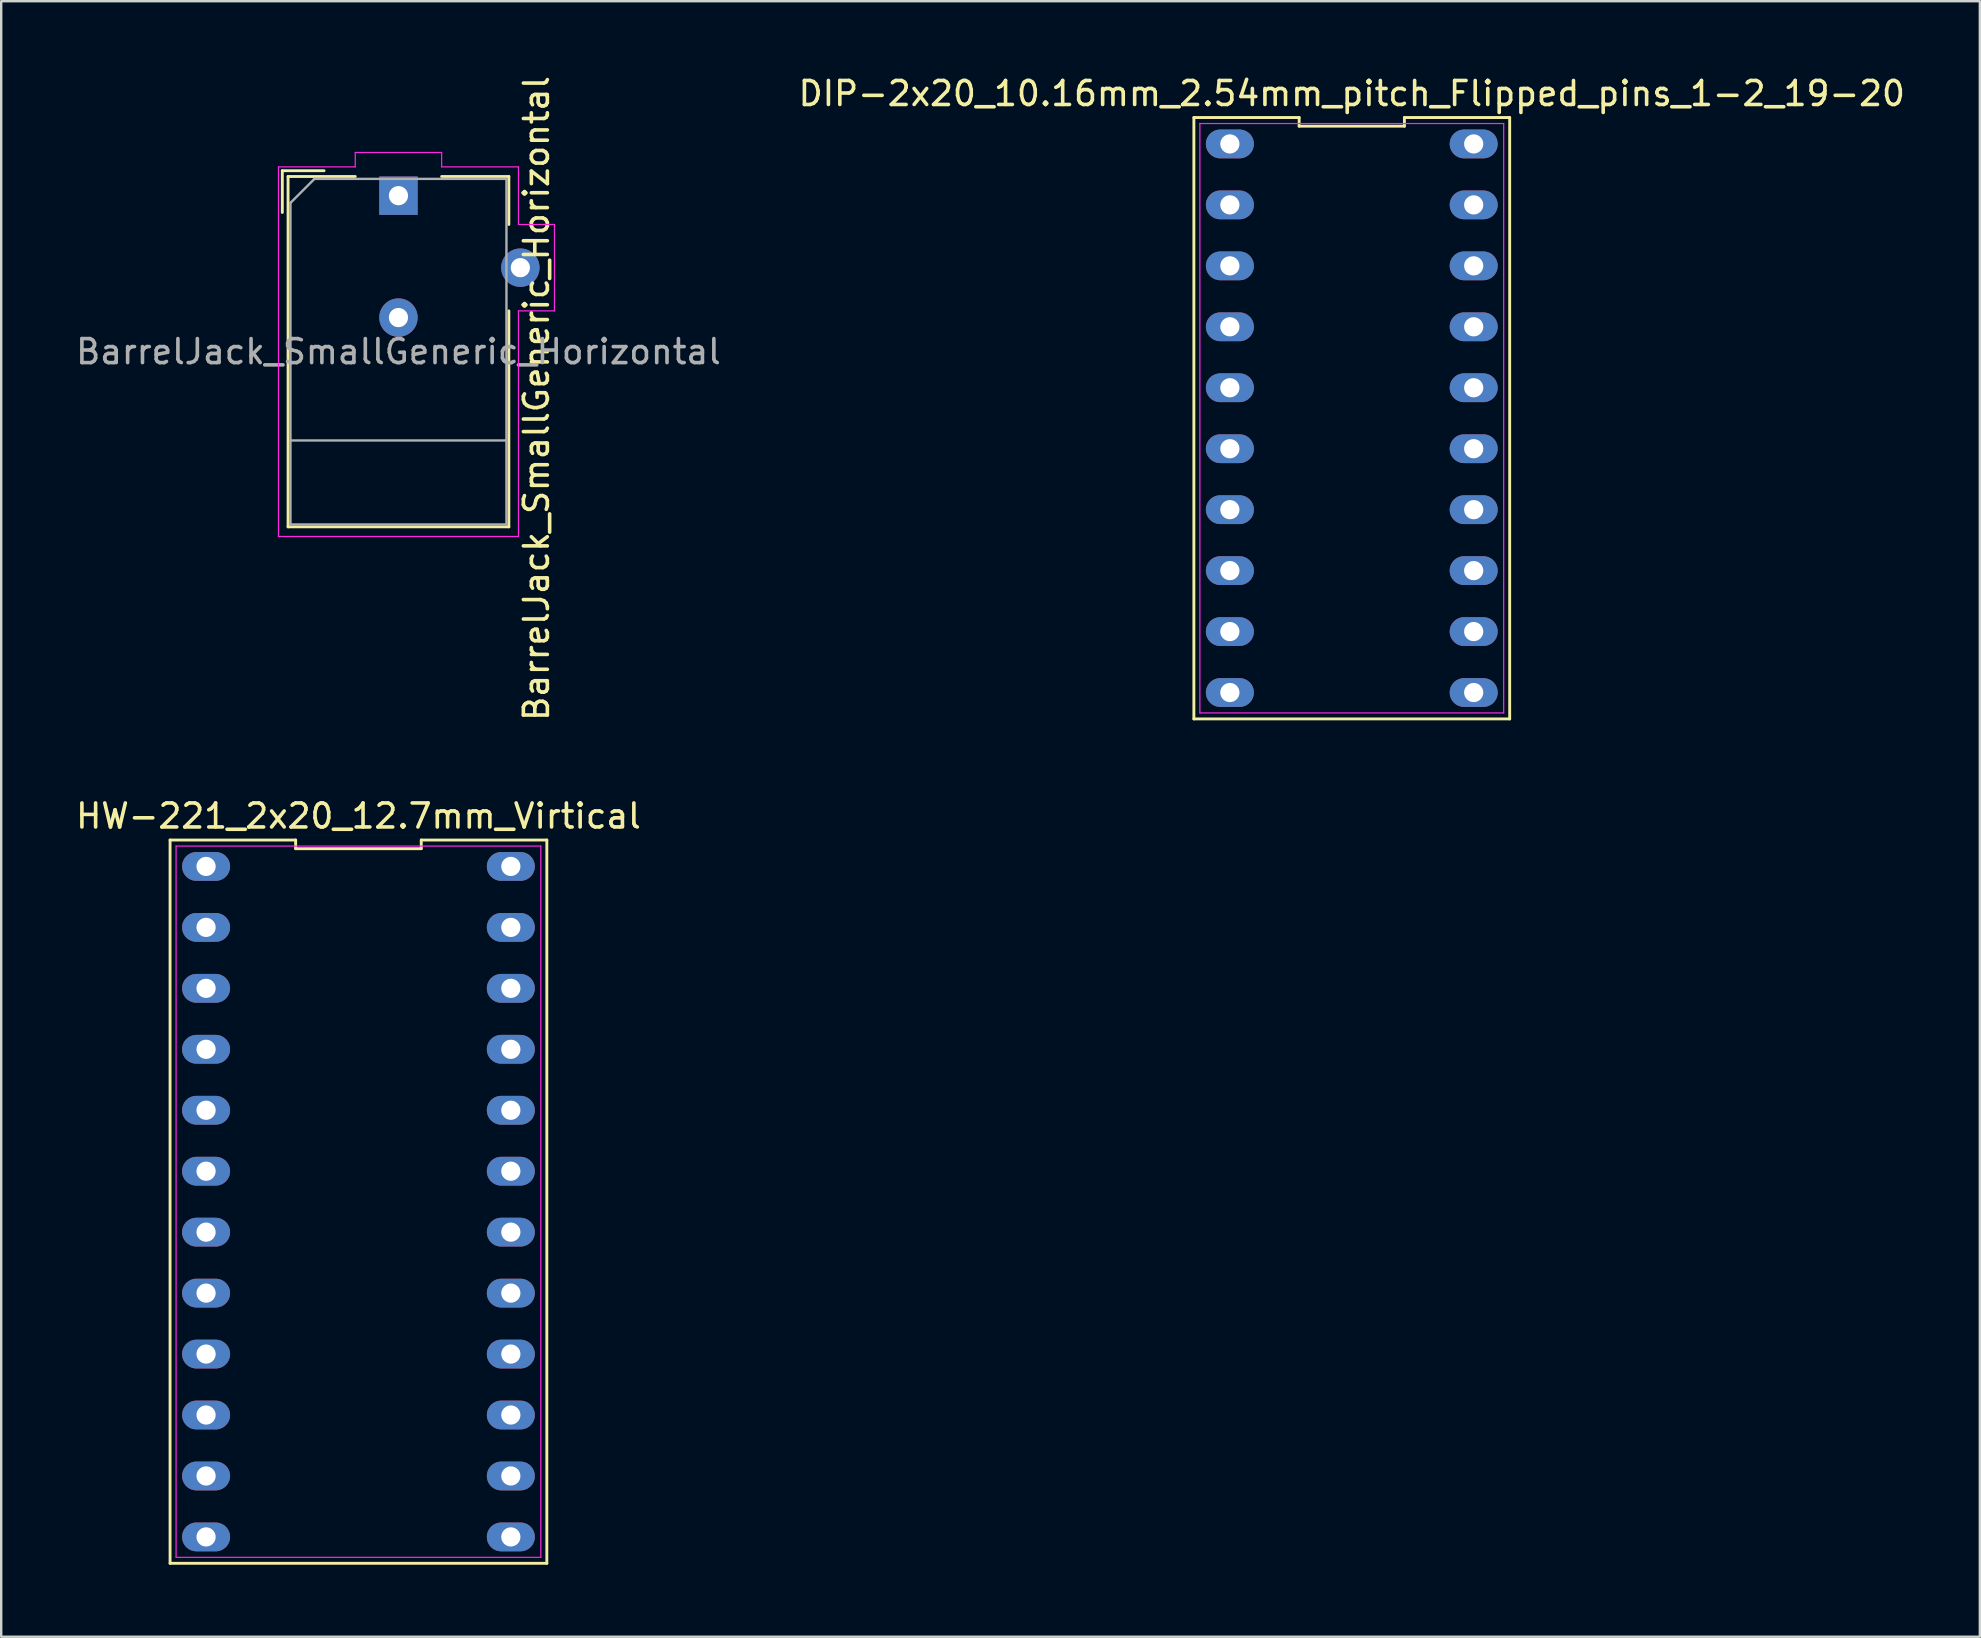
<source format=kicad_pcb>
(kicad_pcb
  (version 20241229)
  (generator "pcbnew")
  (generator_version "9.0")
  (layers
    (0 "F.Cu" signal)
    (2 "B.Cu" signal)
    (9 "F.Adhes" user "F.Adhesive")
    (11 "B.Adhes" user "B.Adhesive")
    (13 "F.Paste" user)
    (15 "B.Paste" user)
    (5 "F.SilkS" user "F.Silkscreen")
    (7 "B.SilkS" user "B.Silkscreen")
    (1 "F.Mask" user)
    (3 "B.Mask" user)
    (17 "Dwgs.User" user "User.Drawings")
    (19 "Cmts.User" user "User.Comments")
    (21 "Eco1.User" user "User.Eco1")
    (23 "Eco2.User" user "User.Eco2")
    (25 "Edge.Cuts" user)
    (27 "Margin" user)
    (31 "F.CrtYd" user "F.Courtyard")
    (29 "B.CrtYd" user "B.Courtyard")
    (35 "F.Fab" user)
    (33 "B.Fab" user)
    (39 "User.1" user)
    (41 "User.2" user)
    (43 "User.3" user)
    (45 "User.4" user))
  (footprint "HW-221_2x20_12.7mm_Virtical"
    (layer "F.Cu")
    (at 4.267 47.025)
    (property "Reference" "HW-221_2x20_12.7mm_Virtical" (at 7.62 -16.07 0) (layer "F.SilkS") (effects (font (size 1 1) (thickness 0.15))))
    (attr through_hole)
    (fp_line (start -0.23 15.07) (end 15.47 15.07) (stroke (width 0.12) (type solid)) (layer "F.SilkS"))
    (fp_line (start -0.23 -15.07) (end -0.23 15.07) (stroke (width 0.12) (type solid)) (layer "F.SilkS"))
    (fp_line (start 5.003 -15.07) (end -0.23 -15.07) (stroke (width 0.12) (type solid)) (layer "F.SilkS"))
    (fp_line (start 5.003 -14.71) (end 5.003 -15.07) (stroke (width 0.12) (type solid)) (layer "F.SilkS"))
    (fp_line (start 10.237 -15.07) (end 10.237 -14.71) (stroke (width 0.12) (type solid)) (layer "F.SilkS"))
    (fp_line (start 10.237 -14.71) (end 5.003 -14.71) (stroke (width 0.12) (type solid)) (layer "F.SilkS"))
    (fp_line (start 15.47 15.07) (end 15.47 -15.07) (stroke (width 0.12) (type solid)) (layer "F.SilkS"))
    (fp_line (start 15.47 -15.07) (end 10.237 -15.07) (stroke (width 0.12) (type solid)) (layer "F.SilkS"))
    (fp_line (start 0.02 -14.82) (end 15.22 -14.82) (stroke (width 0.05) (type solid)) (layer "F.CrtYd"))
    (fp_line (start 0.02 14.82) (end 0.02 -14.82) (stroke (width 0.05) (type solid)) (layer "F.CrtYd"))
    (fp_line (start 15.22 -14.82) (end 15.22 14.82) (stroke (width 0.05) (type solid)) (layer "F.CrtYd"))
    (fp_line (start 15.22 14.82) (end 0.02 14.82) (stroke (width 0.05) (type solid)) (layer "F.CrtYd"))
    (pad "1" thru_hole oval (at 1.27 -13.97 270) (size 1.2 2) (drill 0.8) (layers "*.Cu" "*.Mask"))
    (pad "2" thru_hole oval (at 1.27 -11.43 270) (size 1.2 2) (drill 0.8) (layers "*.Cu" "*.Mask"))
    (pad "3" thru_hole oval (at 1.27 -8.89 270) (size 1.2 2) (drill 0.8) (layers "*.Cu" "*.Mask"))
    (pad "4" thru_hole oval (at 1.27 -6.35 270) (size 1.2 2) (drill 0.8) (layers "*.Cu" "*.Mask"))
    (pad "5" thru_hole oval (at 1.27 -3.81 270) (size 1.2 2) (drill 0.8) (layers "*.Cu" "*.Mask"))
    (pad "6" thru_hole oval (at 1.27 -1.27 270) (size 1.2 2) (drill 0.8) (layers "*.Cu" "*.Mask"))
    (pad "7" thru_hole oval (at 1.27 1.27 270) (size 1.2 2) (drill 0.8) (layers "*.Cu" "*.Mask"))
    (pad "8" thru_hole oval (at 1.27 3.81 270) (size 1.2 2) (drill 0.8) (layers "*.Cu" "*.Mask"))
    (pad "9" thru_hole oval (at 1.27 6.35 270) (size 1.2 2) (drill 0.8) (layers "*.Cu" "*.Mask"))
    (pad "10" thru_hole oval (at 1.27 8.89 270) (size 1.2 2) (drill 0.8) (layers "*.Cu" "*.Mask"))
    (pad "11" thru_hole oval (at 1.27 11.43 270) (size 1.2 2) (drill 0.8) (layers "*.Cu" "*.Mask"))
    (pad "12" thru_hole oval (at 1.27 13.97 270) (size 1.2 2) (drill 0.8) (layers "*.Cu" "*.Mask"))
    (pad "13" thru_hole oval (at 13.97 13.97 270) (size 1.2 2) (drill 0.8) (layers "*.Cu" "*.Mask"))
    (pad "14" thru_hole oval (at 13.97 11.43 270) (size 1.2 2) (drill 0.8) (layers "*.Cu" "*.Mask"))
    (pad "15" thru_hole oval (at 13.97 8.89 270) (size 1.2 2) (drill 0.8) (layers "*.Cu" "*.Mask"))
    (pad "16" thru_hole oval (at 13.97 6.35 270) (size 1.2 2) (drill 0.8) (layers "*.Cu" "*.Mask"))
    (pad "17" thru_hole oval (at 13.97 3.81 270) (size 1.2 2) (drill 0.8) (layers "*.Cu" "*.Mask"))
    (pad "18" thru_hole oval (at 13.97 1.27 270) (size 1.2 2) (drill 0.8) (layers "*.Cu" "*.Mask"))
    (pad "19" thru_hole oval (at 13.97 -1.27 270) (size 1.2 2) (drill 0.8) (layers "*.Cu" "*.Mask"))
    (pad "20" thru_hole oval (at 13.97 -3.81 270) (size 1.2 2) (drill 0.8) (layers "*.Cu" "*.Mask"))
    (pad "21" thru_hole oval (at 13.97 -6.35 270) (size 1.2 2) (drill 0.8) (layers "*.Cu" "*.Mask"))
    (pad "22" thru_hole oval (at 13.97 -8.89 270) (size 1.2 2) (drill 0.8) (layers "*.Cu" "*.Mask"))
    (pad "23" thru_hole oval (at 13.97 -11.43 270) (size 1.2 2) (drill 0.8) (layers "*.Cu" "*.Mask"))
    (pad "24" thru_hole oval (at 13.97 -13.97 270) (size 1.2 2) (drill 0.8) (layers "*.Cu" "*.Mask")))
  (footprint "BarrelJack_SmallGeneric_Horizontal"
    (layer "F.Cu")
    (at 13.554 5.104)
    (property "Reference" "BarrelJack_SmallGeneric_Horizontal" (at 5.75 8.45 90) (layer "F.SilkS") (effects (font (size 1 1) (thickness 0.15))))
    (attr through_hole)
    (fp_line (start -4.84 -1.04) (end -3.1 -1.04) (stroke (width 0.12) (type solid)) (layer "F.SilkS"))
    (fp_line (start -4.84 0.7) (end -4.84 -1.04) (stroke (width 0.12) (type solid)) (layer "F.SilkS"))
    (fp_line (start -4.6 -0.8) (end -1.8 -0.8) (stroke (width 0.12) (type solid)) (layer "F.SilkS"))
    (fp_line (start -4.6 13.8) (end -4.6 -0.8) (stroke (width 0.12) (type solid)) (layer "F.SilkS"))
    (fp_line (start 1.8 -0.8) (end 4.6 -0.8) (stroke (width 0.12) (type solid)) (layer "F.SilkS"))
    (fp_line (start 4.6 -0.8) (end 4.6 1.2) (stroke (width 0.12) (type solid)) (layer "F.SilkS"))
    (fp_line (start 4.6 4.8) (end 4.6 13.8) (stroke (width 0.12) (type solid)) (layer "F.SilkS"))
    (fp_line (start 4.6 13.8) (end -4.6 13.8) (stroke (width 0.12) (type solid)) (layer "F.SilkS"))
    (fp_line (start -5 -1.2) (end -1.8 -1.2) (stroke (width 0.05) (type solid)) (layer "F.CrtYd"))
    (fp_line (start -5 14.2) (end -5 -1.2) (stroke (width 0.05) (type solid)) (layer "F.CrtYd"))
    (fp_line (start -1.8 -1.8) (end 1.8 -1.8) (stroke (width 0.05) (type solid)) (layer "F.CrtYd"))
    (fp_line (start -1.8 -1.2) (end -1.8 -1.8) (stroke (width 0.05) (type solid)) (layer "F.CrtYd"))
    (fp_line (start 1.8 -1.8) (end 1.8 -1.2) (stroke (width 0.05) (type solid)) (layer "F.CrtYd"))
    (fp_line (start 1.8 -1.2) (end 5 -1.2) (stroke (width 0.05) (type solid)) (layer "F.CrtYd"))
    (fp_line (start 5 -1.2) (end 5 1.2) (stroke (width 0.05) (type solid)) (layer "F.CrtYd"))
    (fp_line (start 5 1.2) (end 6.5 1.2) (stroke (width 0.05) (type solid)) (layer "F.CrtYd"))
    (fp_line (start 5 4.8) (end 5 14.2) (stroke (width 0.05) (type solid)) (layer "F.CrtYd"))
    (fp_line (start 5 14.2) (end -5 14.2) (stroke (width 0.05) (type solid)) (layer "F.CrtYd"))
    (fp_line (start 6.5 1.2) (end 6.5 4.8) (stroke (width 0.05) (type solid)) (layer "F.CrtYd"))
    (fp_line (start 6.5 4.8) (end 5 4.8) (stroke (width 0.05) (type solid)) (layer "F.CrtYd"))
    (fp_line (start -4.5 0.3) (end -3.5 -0.7) (stroke (width 0.1) (type solid)) (layer "F.Fab"))
    (fp_line (start -4.5 10.2) (end 4.5 10.2) (stroke (width 0.1) (type solid)) (layer "F.Fab"))
    (fp_line (start -4.5 13.7) (end -4.5 0.3) (stroke (width 0.1) (type solid)) (layer "F.Fab"))
    (fp_line (start -3.5 -0.7) (end 4.5 -0.7) (stroke (width 0.1) (type solid)) (layer "F.Fab"))
    (fp_line (start 4.5 -0.7) (end 4.5 13.7) (stroke (width 0.1) (type solid)) (layer "F.Fab"))
    (fp_line (start 4.5 13.7) (end -4.5 13.7) (stroke (width 0.1) (type solid)) (layer "F.Fab"))
    (fp_text user "${REFERENCE}" (at 0 6.5 0) (layer "F.Fab") (effects (font (size 1 1) (thickness 0.15))))
    (pad "1" thru_hole rect (at 0 0) (size 1.6 1.6) (drill 0.8) (layers "*.Cu" "*.Mask"))
    (pad "2" thru_hole circle (at 0 5.08) (size 1.6 1.6) (drill 0.8) (layers "*.Cu" "*.Mask"))
    (pad "3" thru_hole circle (at 5.08 3) (size 1.6 1.6) (drill 0.8) (layers "*.Cu" "*.Mask")))
  (footprint "DIP-2x20_10.16mm_2.54mm_pitch_Flipped_pins_1-2_19-20"
    (layer "F.Cu")
    (at 46.93 14.378)
    (property "Reference" "DIP-2x20_10.16mm_2.54mm_pitch_Flipped_pins_1-2_19-20" (at 6.35 -13.53 0) (layer "F.SilkS") (effects (font (size 1 1) (thickness 0.15))))
    (attr through_hole)
    (fp_line (start -0.23 12.53) (end 12.93 12.53) (stroke (width 0.12) (type solid)) (layer "F.SilkS"))
    (fp_line (start -0.23 -12.53) (end -0.23 12.53) (stroke (width 0.12) (type solid)) (layer "F.SilkS"))
    (fp_line (start 4.157 -12.53) (end -0.23 -12.53) (stroke (width 0.12) (type solid)) (layer "F.SilkS"))
    (fp_line (start 4.157 -12.17) (end 4.157 -12.53) (stroke (width 0.12) (type solid)) (layer "F.SilkS"))
    (fp_line (start 8.543 -12.53) (end 8.543 -12.17) (stroke (width 0.12) (type solid)) (layer "F.SilkS"))
    (fp_line (start 8.543 -12.17) (end 4.157 -12.17) (stroke (width 0.12) (type solid)) (layer "F.SilkS"))
    (fp_line (start 12.93 12.53) (end 12.93 -12.53) (stroke (width 0.12) (type solid)) (layer "F.SilkS"))
    (fp_line (start 12.93 -12.53) (end 8.543 -12.53) (stroke (width 0.12) (type solid)) (layer "F.SilkS"))
    (fp_line (start 0.02 -12.28) (end 12.68 -12.28) (stroke (width 0.05) (type solid)) (layer "F.CrtYd"))
    (fp_line (start 0.02 12.28) (end 0.02 -12.28) (stroke (width 0.05) (type solid)) (layer "F.CrtYd"))
    (fp_line (start 12.68 -12.28) (end 12.68 12.28) (stroke (width 0.05) (type solid)) (layer "F.CrtYd"))
    (fp_line (start 12.68 12.28) (end 0.02 12.28) (stroke (width 0.05) (type solid)) (layer "F.CrtYd"))
    (pad "1" thru_hole oval (at 1.27 -8.89 270) (size 1.2 2) (drill 0.8) (layers "*.Cu" "*.Mask"))
    (pad "2" thru_hole oval (at 1.27 -11.43 270) (size 1.2 2) (drill 0.8) (layers "*.Cu" "*.Mask"))
    (pad "3" thru_hole oval (at 1.27 -6.35 270) (size 1.2 2) (drill 0.8) (layers "*.Cu" "*.Mask"))
    (pad "4" thru_hole oval (at 1.27 -3.81 270) (size 1.2 2) (drill 0.8) (layers "*.Cu" "*.Mask"))
    (pad "5" thru_hole oval (at 1.27 -1.27 270) (size 1.2 2) (drill 0.8) (layers "*.Cu" "*.Mask"))
    (pad "6" thru_hole oval (at 1.27 1.27 270) (size 1.2 2) (drill 0.8) (layers "*.Cu" "*.Mask"))
    (pad "7" thru_hole oval (at 1.27 3.81 270) (size 1.2 2) (drill 0.8) (layers "*.Cu" "*.Mask"))
    (pad "8" thru_hole oval (at 1.27 6.35 270) (size 1.2 2) (drill 0.8) (layers "*.Cu" "*.Mask"))
    (pad "9" thru_hole oval (at 1.27 8.89 270) (size 1.2 2) (drill 0.8) (layers "*.Cu" "*.Mask"))
    (pad "10" thru_hole oval (at 1.27 11.43 270) (size 1.2 2) (drill 0.8) (layers "*.Cu" "*.Mask"))
    (pad "11" thru_hole oval (at 11.43 11.43 270) (size 1.2 2) (drill 0.8) (layers "*.Cu" "*.Mask"))
    (pad "12" thru_hole oval (at 11.43 8.89 270) (size 1.2 2) (drill 0.8) (layers "*.Cu" "*.Mask"))
    (pad "13" thru_hole oval (at 11.43 6.35 270) (size 1.2 2) (drill 0.8) (layers "*.Cu" "*.Mask"))
    (pad "14" thru_hole oval (at 11.43 3.81 270) (size 1.2 2) (drill 0.8) (layers "*.Cu" "*.Mask"))
    (pad "15" thru_hole oval (at 11.43 1.27 270) (size 1.2 2) (drill 0.8) (layers "*.Cu" "*.Mask"))
    (pad "16" thru_hole oval (at 11.43 -1.27 270) (size 1.2 2) (drill 0.8) (layers "*.Cu" "*.Mask"))
    (pad "17" thru_hole oval (at 11.43 -3.81 270) (size 1.2 2) (drill 0.8) (layers "*.Cu" "*.Mask"))
    (pad "18" thru_hole oval (at 11.43 -6.35 270) (size 1.2 2) (drill 0.8) (layers "*.Cu" "*.Mask"))
    (pad "19" thru_hole oval (at 11.43 -11.43 270) (size 1.2 2) (drill 0.8) (layers "*.Cu" "*.Mask"))
    (pad "20" thru_hole oval (at 11.43 -8.89 270) (size 1.2 2) (drill 0.8) (layers "*.Cu" "*.Mask")))
  (gr_rect
    (start -3 -3)
    (end 79.452 65.155)
    (stroke (width 0.1) (type default))
    (fill no)
    (layer "Edge.Cuts")))
</source>
